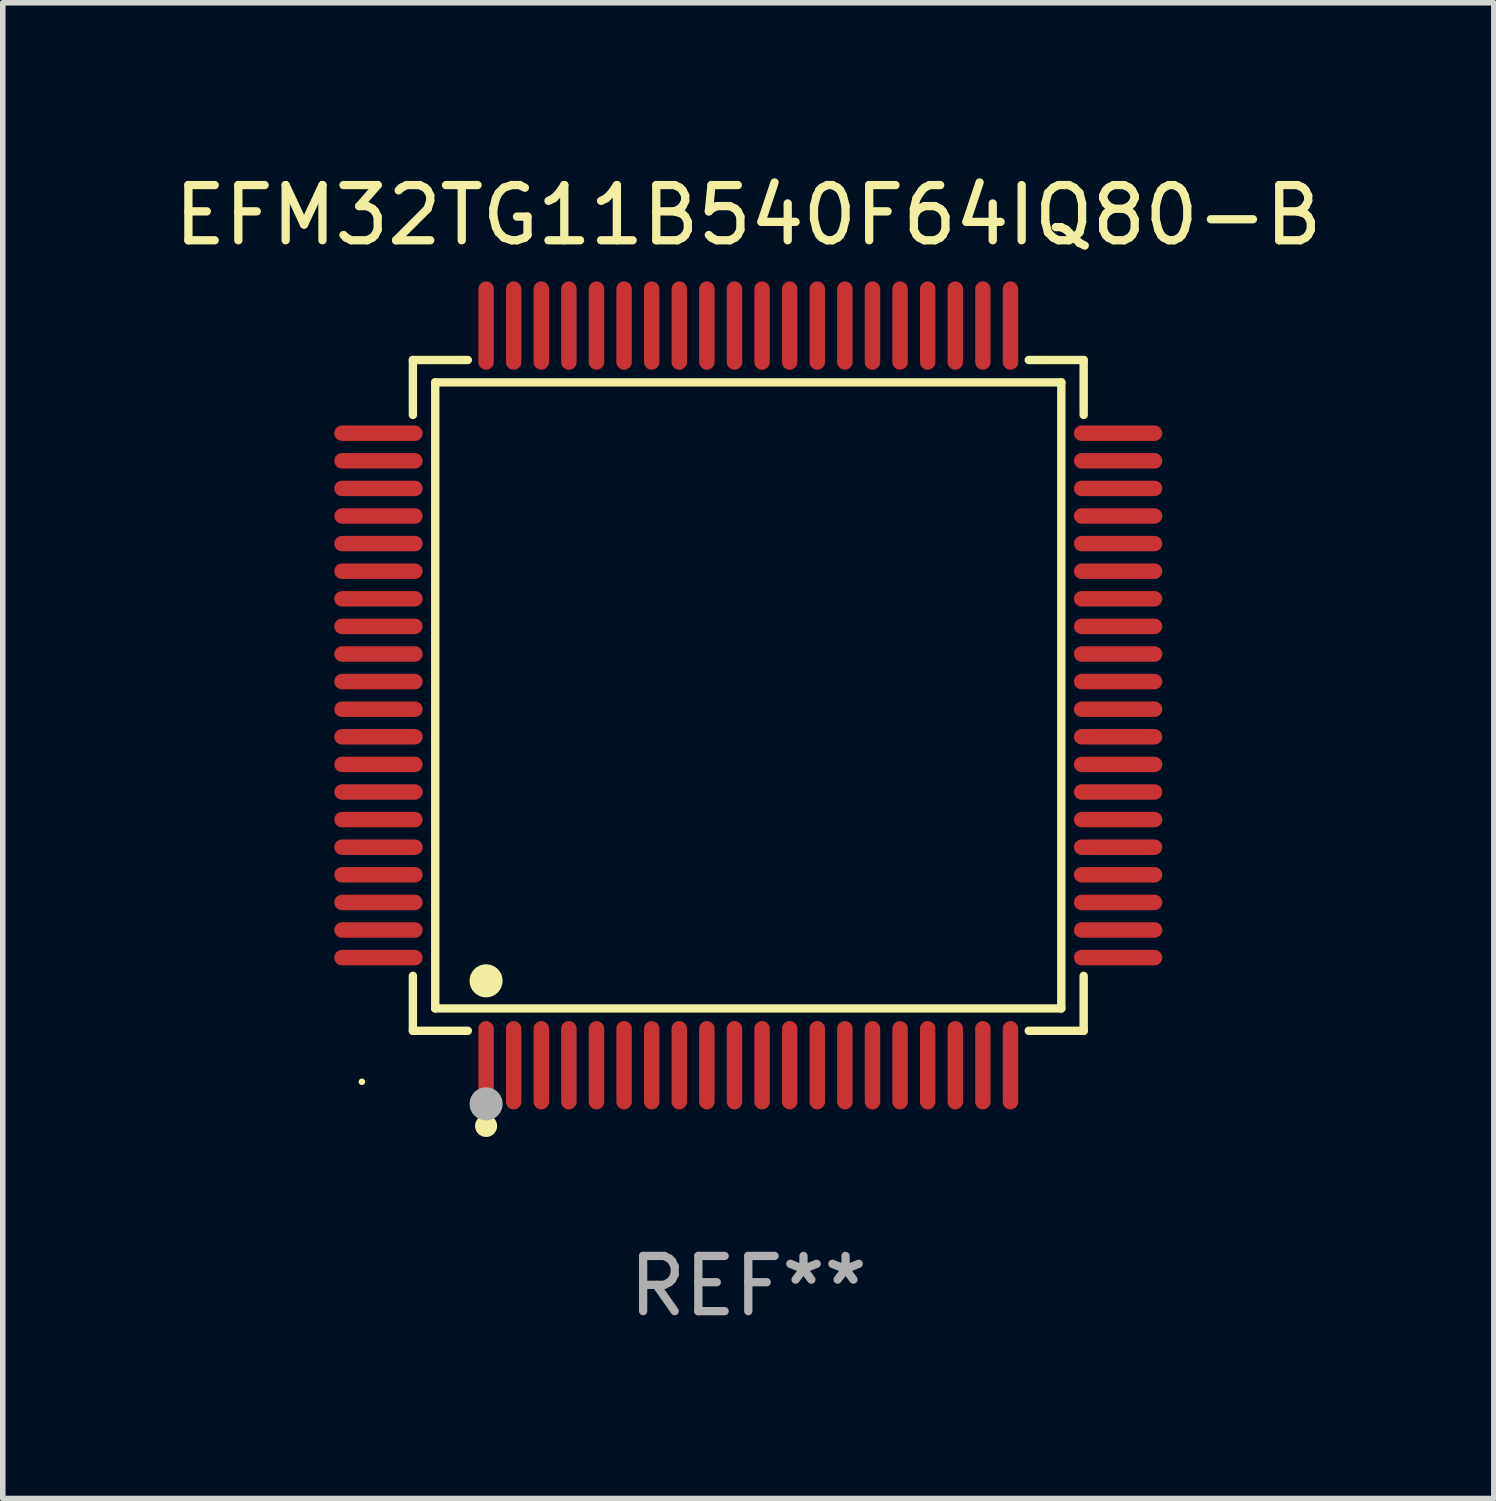
<source format=kicad_pcb>
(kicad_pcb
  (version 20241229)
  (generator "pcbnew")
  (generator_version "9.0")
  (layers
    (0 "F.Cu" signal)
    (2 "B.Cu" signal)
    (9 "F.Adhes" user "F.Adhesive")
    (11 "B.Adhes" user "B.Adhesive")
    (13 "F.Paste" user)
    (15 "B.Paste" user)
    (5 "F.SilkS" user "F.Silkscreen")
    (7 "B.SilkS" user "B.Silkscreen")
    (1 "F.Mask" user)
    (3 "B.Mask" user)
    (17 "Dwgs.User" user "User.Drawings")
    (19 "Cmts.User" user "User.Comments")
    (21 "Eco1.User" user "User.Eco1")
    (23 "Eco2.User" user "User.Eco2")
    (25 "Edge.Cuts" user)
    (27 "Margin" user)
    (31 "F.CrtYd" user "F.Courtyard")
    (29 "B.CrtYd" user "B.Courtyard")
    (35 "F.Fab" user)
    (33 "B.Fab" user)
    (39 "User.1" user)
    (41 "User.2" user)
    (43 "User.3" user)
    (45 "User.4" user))
  (footprint "EFM32TG11B540F64IQ80-B"
    (layer "F.Cu")
    (at 10.506 9.548)
    (property "Reference" "EFM32TG11B540F64IQ80-B" (at 0 -8.7 0) (layer "F.SilkS") (effects (font (size 1 1) (thickness 0.15))))
    (attr through_hole)
    (fp_line (start -6.076 -6.076) (end -5.081 -6.076) (stroke (width 0.152) (type solid)) (layer "F.SilkS"))
    (fp_line (start -6.076 -5.081) (end -6.076 -6.076) (stroke (width 0.152) (type solid)) (layer "F.SilkS"))
    (fp_line (start -6.076 5.081) (end -6.076 6.076) (stroke (width 0.152) (type solid)) (layer "F.SilkS"))
    (fp_line (start -6.076 6.076) (end -5.081 6.076) (stroke (width 0.152) (type solid)) (layer "F.SilkS"))
    (fp_line (start -5.671 -5.671) (end 5.671 -5.671) (stroke (width 0.152) (type solid)) (layer "F.SilkS"))
    (fp_line (start -5.671 5.671) (end -5.671 -5.671) (stroke (width 0.152) (type solid)) (layer "F.SilkS"))
    (fp_line (start 5.671 -5.671) (end 5.671 5.671) (stroke (width 0.152) (type solid)) (layer "F.SilkS"))
    (fp_line (start 5.671 5.671) (end -5.671 5.671) (stroke (width 0.152) (type solid)) (layer "F.SilkS"))
    (fp_line (start 6.076 -6.076) (end 5.081 -6.076) (stroke (width 0.152) (type solid)) (layer "F.SilkS"))
    (fp_line (start 6.076 -5.081) (end 6.076 -6.076) (stroke (width 0.152) (type solid)) (layer "F.SilkS"))
    (fp_line (start 6.076 5.081) (end 6.076 6.076) (stroke (width 0.152) (type solid)) (layer "F.SilkS"))
    (fp_line (start 6.076 6.076) (end 5.081 6.076) (stroke (width 0.152) (type solid)) (layer "F.SilkS"))
    (fp_circle (center -7 7) (end -6.97 7) (stroke (width 0.06) (type solid)) (fill no) (layer "F.SilkS"))
    (fp_circle (center -4.75 5.171) (end -4.6 5.171) (stroke (width 0.3) (type solid)) (fill no) (layer "F.SilkS"))
    (fp_circle (center -4.75 7.8) (end -4.65 7.8) (stroke (width 0.2) (type solid)) (fill no) (layer "F.SilkS"))
    (fp_circle (center -4.75 7.4) (end -4.6 7.4) (stroke (width 0.3) (type solid)) (fill no) (layer "F.Fab"))
    (fp_text user "REF**" (at 0 10.7 0) (layer "F.Fab") (effects (font (size 1 1) (thickness 0.15))))
    (pad "1" smd oval (at -4.75 6.7) (size 0.28 1.6) (layers "F.Cu" "F.Mask" "F.Paste"))
    (pad "2" smd oval (at -4.25 6.7) (size 0.28 1.6) (layers "F.Cu" "F.Mask" "F.Paste"))
    (pad "3" smd oval (at -3.75 6.7) (size 0.28 1.6) (layers "F.Cu" "F.Mask" "F.Paste"))
    (pad "4" smd oval (at -3.25 6.7) (size 0.28 1.6) (layers "F.Cu" "F.Mask" "F.Paste"))
    (pad "5" smd oval (at -2.75 6.7) (size 0.28 1.6) (layers "F.Cu" "F.Mask" "F.Paste"))
    (pad "6" smd oval (at -2.25 6.7) (size 0.28 1.6) (layers "F.Cu" "F.Mask" "F.Paste"))
    (pad "7" smd oval (at -1.75 6.7) (size 0.28 1.6) (layers "F.Cu" "F.Mask" "F.Paste"))
    (pad "8" smd oval (at -1.25 6.7) (size 0.28 1.6) (layers "F.Cu" "F.Mask" "F.Paste"))
    (pad "9" smd oval (at -0.75 6.7) (size 0.28 1.6) (layers "F.Cu" "F.Mask" "F.Paste"))
    (pad "10" smd oval (at -0.25 6.7) (size 0.28 1.6) (layers "F.Cu" "F.Mask" "F.Paste"))
    (pad "11" smd oval (at 0.25 6.7) (size 0.28 1.6) (layers "F.Cu" "F.Mask" "F.Paste"))
    (pad "12" smd oval (at 0.75 6.7) (size 0.28 1.6) (layers "F.Cu" "F.Mask" "F.Paste"))
    (pad "13" smd oval (at 1.25 6.7) (size 0.28 1.6) (layers "F.Cu" "F.Mask" "F.Paste"))
    (pad "14" smd oval (at 1.75 6.7) (size 0.28 1.6) (layers "F.Cu" "F.Mask" "F.Paste"))
    (pad "15" smd oval (at 2.25 6.7) (size 0.28 1.6) (layers "F.Cu" "F.Mask" "F.Paste"))
    (pad "16" smd oval (at 2.75 6.7) (size 0.28 1.6) (layers "F.Cu" "F.Mask" "F.Paste"))
    (pad "17" smd oval (at 3.25 6.7) (size 0.28 1.6) (layers "F.Cu" "F.Mask" "F.Paste"))
    (pad "18" smd oval (at 3.75 6.7) (size 0.28 1.6) (layers "F.Cu" "F.Mask" "F.Paste"))
    (pad "19" smd oval (at 4.25 6.7) (size 0.28 1.6) (layers "F.Cu" "F.Mask" "F.Paste"))
    (pad "20" smd oval (at 4.75 6.7) (size 0.28 1.6) (layers "F.Cu" "F.Mask" "F.Paste"))
    (pad "21" smd oval (at 6.7 4.75) (size 1.6 0.28) (layers "F.Cu" "F.Mask" "F.Paste"))
    (pad "22" smd oval (at 6.7 4.25) (size 1.6 0.28) (layers "F.Cu" "F.Mask" "F.Paste"))
    (pad "23" smd oval (at 6.7 3.75) (size 1.6 0.28) (layers "F.Cu" "F.Mask" "F.Paste"))
    (pad "24" smd oval (at 6.7 3.25) (size 1.6 0.28) (layers "F.Cu" "F.Mask" "F.Paste"))
    (pad "25" smd oval (at 6.7 2.75) (size 1.6 0.28) (layers "F.Cu" "F.Mask" "F.Paste"))
    (pad "26" smd oval (at 6.7 2.25) (size 1.6 0.28) (layers "F.Cu" "F.Mask" "F.Paste"))
    (pad "27" smd oval (at 6.7 1.75) (size 1.6 0.28) (layers "F.Cu" "F.Mask" "F.Paste"))
    (pad "28" smd oval (at 6.7 1.25) (size 1.6 0.28) (layers "F.Cu" "F.Mask" "F.Paste"))
    (pad "29" smd oval (at 6.7 0.75) (size 1.6 0.28) (layers "F.Cu" "F.Mask" "F.Paste"))
    (pad "30" smd oval (at 6.7 0.25) (size 1.6 0.28) (layers "F.Cu" "F.Mask" "F.Paste"))
    (pad "31" smd oval (at 6.7 -0.25) (size 1.6 0.28) (layers "F.Cu" "F.Mask" "F.Paste"))
    (pad "32" smd oval (at 6.7 -0.75) (size 1.6 0.28) (layers "F.Cu" "F.Mask" "F.Paste"))
    (pad "33" smd oval (at 6.7 -1.25) (size 1.6 0.28) (layers "F.Cu" "F.Mask" "F.Paste"))
    (pad "34" smd oval (at 6.7 -1.75) (size 1.6 0.28) (layers "F.Cu" "F.Mask" "F.Paste"))
    (pad "35" smd oval (at 6.7 -2.25) (size 1.6 0.28) (layers "F.Cu" "F.Mask" "F.Paste"))
    (pad "36" smd oval (at 6.7 -2.75) (size 1.6 0.28) (layers "F.Cu" "F.Mask" "F.Paste"))
    (pad "37" smd oval (at 6.7 -3.25) (size 1.6 0.28) (layers "F.Cu" "F.Mask" "F.Paste"))
    (pad "38" smd oval (at 6.7 -3.75) (size 1.6 0.28) (layers "F.Cu" "F.Mask" "F.Paste"))
    (pad "39" smd oval (at 6.7 -4.25) (size 1.6 0.28) (layers "F.Cu" "F.Mask" "F.Paste"))
    (pad "40" smd oval (at 6.7 -4.75) (size 1.6 0.28) (layers "F.Cu" "F.Mask" "F.Paste"))
    (pad "41" smd oval (at 4.75 -6.7) (size 0.28 1.6) (layers "F.Cu" "F.Mask" "F.Paste"))
    (pad "42" smd oval (at 4.25 -6.7) (size 0.28 1.6) (layers "F.Cu" "F.Mask" "F.Paste"))
    (pad "43" smd oval (at 3.75 -6.7) (size 0.28 1.6) (layers "F.Cu" "F.Mask" "F.Paste"))
    (pad "44" smd oval (at 3.25 -6.7) (size 0.28 1.6) (layers "F.Cu" "F.Mask" "F.Paste"))
    (pad "45" smd oval (at 2.75 -6.7) (size 0.28 1.6) (layers "F.Cu" "F.Mask" "F.Paste"))
    (pad "46" smd oval (at 2.25 -6.7) (size 0.28 1.6) (layers "F.Cu" "F.Mask" "F.Paste"))
    (pad "47" smd oval (at 1.75 -6.7) (size 0.28 1.6) (layers "F.Cu" "F.Mask" "F.Paste"))
    (pad "48" smd oval (at 1.25 -6.7) (size 0.28 1.6) (layers "F.Cu" "F.Mask" "F.Paste"))
    (pad "49" smd oval (at 0.75 -6.7) (size 0.28 1.6) (layers "F.Cu" "F.Mask" "F.Paste"))
    (pad "50" smd oval (at 0.25 -6.7) (size 0.28 1.6) (layers "F.Cu" "F.Mask" "F.Paste"))
    (pad "51" smd oval (at -0.25 -6.7) (size 0.28 1.6) (layers "F.Cu" "F.Mask" "F.Paste"))
    (pad "52" smd oval (at -0.75 -6.7) (size 0.28 1.6) (layers "F.Cu" "F.Mask" "F.Paste"))
    (pad "53" smd oval (at -1.25 -6.7) (size 0.28 1.6) (layers "F.Cu" "F.Mask" "F.Paste"))
    (pad "54" smd oval (at -1.75 -6.7) (size 0.28 1.6) (layers "F.Cu" "F.Mask" "F.Paste"))
    (pad "55" smd oval (at -2.25 -6.7) (size 0.28 1.6) (layers "F.Cu" "F.Mask" "F.Paste"))
    (pad "56" smd oval (at -2.75 -6.7) (size 0.28 1.6) (layers "F.Cu" "F.Mask" "F.Paste"))
    (pad "57" smd oval (at -3.25 -6.7) (size 0.28 1.6) (layers "F.Cu" "F.Mask" "F.Paste"))
    (pad "58" smd oval (at -3.75 -6.7) (size 0.28 1.6) (layers "F.Cu" "F.Mask" "F.Paste"))
    (pad "59" smd oval (at -4.25 -6.7) (size 0.28 1.6) (layers "F.Cu" "F.Mask" "F.Paste"))
    (pad "60" smd oval (at -4.75 -6.7) (size 0.28 1.6) (layers "F.Cu" "F.Mask" "F.Paste"))
    (pad "61" smd oval (at -6.7 -4.75) (size 1.6 0.28) (layers "F.Cu" "F.Mask" "F.Paste"))
    (pad "62" smd oval (at -6.7 -4.25) (size 1.6 0.28) (layers "F.Cu" "F.Mask" "F.Paste"))
    (pad "63" smd oval (at -6.7 -3.75) (size 1.6 0.28) (layers "F.Cu" "F.Mask" "F.Paste"))
    (pad "64" smd oval (at -6.7 -3.25) (size 1.6 0.28) (layers "F.Cu" "F.Mask" "F.Paste"))
    (pad "65" smd oval (at -6.7 -2.75) (size 1.6 0.28) (layers "F.Cu" "F.Mask" "F.Paste"))
    (pad "66" smd oval (at -6.7 -2.25) (size 1.6 0.28) (layers "F.Cu" "F.Mask" "F.Paste"))
    (pad "67" smd oval (at -6.7 -1.75) (size 1.6 0.28) (layers "F.Cu" "F.Mask" "F.Paste"))
    (pad "68" smd oval (at -6.7 -1.25) (size 1.6 0.28) (layers "F.Cu" "F.Mask" "F.Paste"))
    (pad "69" smd oval (at -6.7 -0.75) (size 1.6 0.28) (layers "F.Cu" "F.Mask" "F.Paste"))
    (pad "70" smd oval (at -6.7 -0.25) (size 1.6 0.28) (layers "F.Cu" "F.Mask" "F.Paste"))
    (pad "71" smd oval (at -6.7 0.25) (size 1.6 0.28) (layers "F.Cu" "F.Mask" "F.Paste"))
    (pad "72" smd oval (at -6.7 0.75) (size 1.6 0.28) (layers "F.Cu" "F.Mask" "F.Paste"))
    (pad "73" smd oval (at -6.7 1.25) (size 1.6 0.28) (layers "F.Cu" "F.Mask" "F.Paste"))
    (pad "74" smd oval (at -6.7 1.75) (size 1.6 0.28) (layers "F.Cu" "F.Mask" "F.Paste"))
    (pad "75" smd oval (at -6.7 2.25) (size 1.6 0.28) (layers "F.Cu" "F.Mask" "F.Paste"))
    (pad "76" smd oval (at -6.7 2.75) (size 1.6 0.28) (layers "F.Cu" "F.Mask" "F.Paste"))
    (pad "77" smd oval (at -6.7 3.25) (size 1.6 0.28) (layers "F.Cu" "F.Mask" "F.Paste"))
    (pad "78" smd oval (at -6.7 3.75) (size 1.6 0.28) (layers "F.Cu" "F.Mask" "F.Paste"))
    (pad "79" smd oval (at -6.7 4.25) (size 1.6 0.28) (layers "F.Cu" "F.Mask" "F.Paste"))
    (pad "80" smd oval (at -6.7 4.75) (size 1.6 0.28) (layers "F.Cu" "F.Mask" "F.Paste")))
  (gr_rect
    (start -3 -3)
    (end 24.012 24.097)
    (stroke (width 0.1) (type default))
    (fill no)
    (layer "Edge.Cuts")))
</source>
